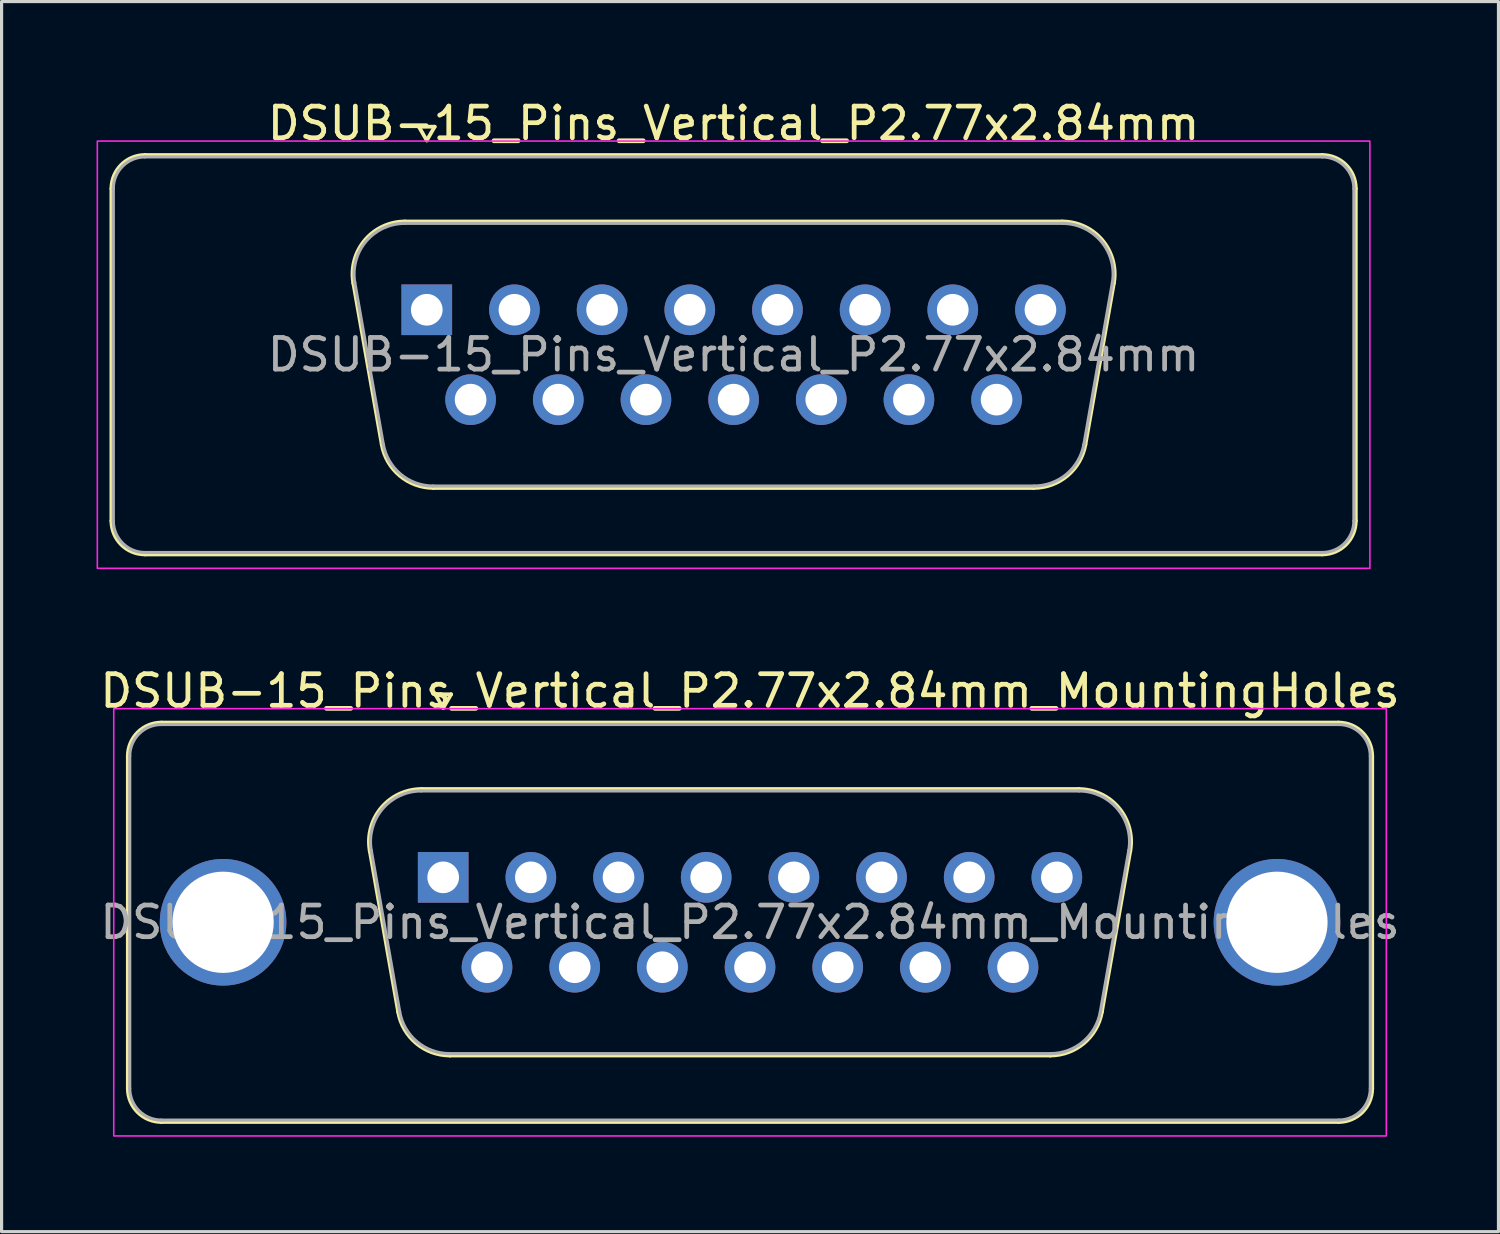
<source format=kicad_pcb>
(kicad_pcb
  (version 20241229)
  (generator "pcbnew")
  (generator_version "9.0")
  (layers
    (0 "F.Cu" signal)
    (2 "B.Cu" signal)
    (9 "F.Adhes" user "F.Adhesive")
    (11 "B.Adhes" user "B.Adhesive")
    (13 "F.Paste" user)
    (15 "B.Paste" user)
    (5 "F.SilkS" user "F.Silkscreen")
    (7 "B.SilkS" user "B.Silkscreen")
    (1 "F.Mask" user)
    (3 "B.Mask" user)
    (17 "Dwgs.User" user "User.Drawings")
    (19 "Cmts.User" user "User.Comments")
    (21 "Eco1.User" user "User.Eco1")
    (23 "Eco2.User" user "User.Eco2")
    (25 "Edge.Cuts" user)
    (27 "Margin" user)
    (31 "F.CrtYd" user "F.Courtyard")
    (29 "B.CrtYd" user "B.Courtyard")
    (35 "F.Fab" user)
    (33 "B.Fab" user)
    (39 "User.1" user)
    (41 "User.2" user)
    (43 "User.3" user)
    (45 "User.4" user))
  (footprint "DSUB-15_Pins_Vertical_P2.77x2.84mm_MountingHoles"
    (layer "F.Cu")
    (at 10.954 24.672)
    (property "Reference" "DSUB-15_Pins_Vertical_P2.77x2.84mm_MountingHoles" (at 9.695 -5.89 0) (layer "F.SilkS") (effects (font (size 1 1) (thickness 0.15))))
    (attr through_hole)
    (fp_line (start -9.965 6.67) (end -9.965 -3.83) (stroke (width 0.12) (type solid)) (layer "F.SilkS"))
    (fp_line (start -8.905 -4.89) (end 28.295 -4.89) (stroke (width 0.12) (type solid)) (layer "F.SilkS"))
    (fp_line (start -1.422 4.258) (end -2.321 -0.842) (stroke (width 0.12) (type solid)) (layer "F.SilkS"))
    (fp_line (start -0.687 -2.79) (end 20.077 -2.79) (stroke (width 0.12) (type solid)) (layer "F.SilkS"))
    (fp_line (start -0.25 -5.784) (end 0.25 -5.784) (stroke (width 0.12) (type solid)) (layer "F.SilkS"))
    (fp_line (start 0 -5.351) (end -0.25 -5.784) (stroke (width 0.12) (type solid)) (layer "F.SilkS"))
    (fp_line (start 0.25 -5.784) (end 0 -5.351) (stroke (width 0.12) (type solid)) (layer "F.SilkS"))
    (fp_line (start 19.177 5.63) (end 0.213 5.63) (stroke (width 0.12) (type solid)) (layer "F.SilkS"))
    (fp_line (start 21.711 -0.842) (end 20.812 4.258) (stroke (width 0.12) (type solid)) (layer "F.SilkS"))
    (fp_line (start 28.295 7.73) (end -8.905 7.73) (stroke (width 0.12) (type solid)) (layer "F.SilkS"))
    (fp_line (start 29.355 -3.83) (end 29.355 6.67) (stroke (width 0.12) (type solid)) (layer "F.SilkS"))
    (fp_arc (start -9.965 -3.83) (mid -9.654533 -4.579533) (end -8.905 -4.89) (stroke (width 0.12) (type solid)) (layer "F.SilkS"))
    (fp_arc (start -8.905 7.73) (mid -9.654533 7.419533) (end -9.965 6.67) (stroke (width 0.12) (type solid)) (layer "F.SilkS"))
    (fp_arc (start -2.32147 -0.841744) (mid -1.958323 -2.197027) (end -0.686689 -2.79) (stroke (width 0.12) (type solid)) (layer "F.SilkS"))
    (fp_arc (start 0.212579 5.63) (mid -0.854449 5.241634) (end -1.422202 4.258256) (stroke (width 0.12) (type solid)) (layer "F.SilkS"))
    (fp_arc (start 20.076689 -2.79) (mid 21.348323 -2.197027) (end 21.71147 -0.841744) (stroke (width 0.12) (type solid)) (layer "F.SilkS"))
    (fp_arc (start 20.812202 4.258256) (mid 20.244449 5.241634) (end 19.177421 5.63) (stroke (width 0.12) (type solid)) (layer "F.SilkS"))
    (fp_arc (start 28.295 -4.89) (mid 29.044533 -4.579533) (end 29.355 -3.83) (stroke (width 0.12) (type solid)) (layer "F.SilkS"))
    (fp_arc (start 29.355 6.67) (mid 29.044533 7.419533) (end 28.295 7.73) (stroke (width 0.12) (type solid)) (layer "F.SilkS"))
    (fp_rect (start -10.41 -5.33) (end 29.8 8.17) (stroke (width 0.05) (type solid)) (fill no) (layer "F.CrtYd"))
    (fp_line (start -9.905 6.67) (end -9.905 -3.83) (stroke (width 0.1) (type solid)) (layer "F.Fab"))
    (fp_line (start -8.905 -4.83) (end 28.295 -4.83) (stroke (width 0.1) (type solid)) (layer "F.Fab"))
    (fp_line (start -1.375 4.248) (end -2.274 -0.852) (stroke (width 0.1) (type solid)) (layer "F.Fab"))
    (fp_line (start -0.698 -2.73) (end 20.088 -2.73) (stroke (width 0.1) (type solid)) (layer "F.Fab"))
    (fp_line (start 19.189 5.57) (end 0.201 5.57) (stroke (width 0.1) (type solid)) (layer "F.Fab"))
    (fp_line (start 21.664 -0.852) (end 20.765 4.248) (stroke (width 0.1) (type solid)) (layer "F.Fab"))
    (fp_line (start 28.295 7.67) (end -8.905 7.67) (stroke (width 0.1) (type solid)) (layer "F.Fab"))
    (fp_line (start 29.295 -3.83) (end 29.295 6.67) (stroke (width 0.1) (type solid)) (layer "F.Fab"))
    (fp_arc (start -9.905 -3.83) (mid -9.612107 -4.537107) (end -8.905 -4.83) (stroke (width 0.1) (type solid)) (layer "F.Fab"))
    (fp_arc (start -8.905 7.67) (mid -9.612107 7.377107) (end -9.905 6.67) (stroke (width 0.1) (type solid)) (layer "F.Fab"))
    (fp_arc (start -2.273887 -0.852163) (mid -1.923865 -2.15846) (end -0.698194 -2.73) (stroke (width 0.1) (type solid)) (layer "F.Fab"))
    (fp_arc (start 0.201073 5.57) (mid -0.827387 5.195671) (end -1.374619 4.247837) (stroke (width 0.1) (type solid)) (layer "F.Fab"))
    (fp_arc (start 20.088194 -2.73) (mid 21.313865 -2.15846) (end 21.663887 -0.852163) (stroke (width 0.1) (type solid)) (layer "F.Fab"))
    (fp_arc (start 20.764619 4.247837) (mid 20.217387 5.195671) (end 19.188927 5.57) (stroke (width 0.1) (type solid)) (layer "F.Fab"))
    (fp_arc (start 28.295 -4.83) (mid 29.002107 -4.537107) (end 29.295 -3.83) (stroke (width 0.1) (type solid)) (layer "F.Fab"))
    (fp_arc (start 29.295 6.67) (mid 29.002107 7.377107) (end 28.295 7.67) (stroke (width 0.1) (type solid)) (layer "F.Fab"))
    (fp_text user "${REFERENCE}" (at 9.695 1.42 0) (layer "F.Fab") (effects (font (size 1 1) (thickness 0.15))))
    (pad "1" thru_hole rect (at 0 0) (size 1.6 1.6) (drill 1) (layers "*.Cu" "*.Mask"))
    (pad "2" thru_hole circle (at 2.77 0) (size 1.6 1.6) (drill 1) (layers "*.Cu" "*.Mask"))
    (pad "3" thru_hole circle (at 5.54 0) (size 1.6 1.6) (drill 1) (layers "*.Cu" "*.Mask"))
    (pad "4" thru_hole circle (at 8.31 0) (size 1.6 1.6) (drill 1) (layers "*.Cu" "*.Mask"))
    (pad "5" thru_hole circle (at 11.08 0) (size 1.6 1.6) (drill 1) (layers "*.Cu" "*.Mask"))
    (pad "6" thru_hole circle (at 13.85 0) (size 1.6 1.6) (drill 1) (layers "*.Cu" "*.Mask"))
    (pad "7" thru_hole circle (at 16.62 0) (size 1.6 1.6) (drill 1) (layers "*.Cu" "*.Mask"))
    (pad "8" thru_hole circle (at 19.39 0) (size 1.6 1.6) (drill 1) (layers "*.Cu" "*.Mask"))
    (pad "9" thru_hole circle (at 1.385 2.84) (size 1.6 1.6) (drill 1) (layers "*.Cu" "*.Mask"))
    (pad "10" thru_hole circle (at 4.155 2.84) (size 1.6 1.6) (drill 1) (layers "*.Cu" "*.Mask"))
    (pad "11" thru_hole circle (at 6.925 2.84) (size 1.6 1.6) (drill 1) (layers "*.Cu" "*.Mask"))
    (pad "12" thru_hole circle (at 9.695 2.84) (size 1.6 1.6) (drill 1) (layers "*.Cu" "*.Mask"))
    (pad "13" thru_hole circle (at 12.465 2.84) (size 1.6 1.6) (drill 1) (layers "*.Cu" "*.Mask"))
    (pad "14" thru_hole circle (at 15.235 2.84) (size 1.6 1.6) (drill 1) (layers "*.Cu" "*.Mask"))
    (pad "15" thru_hole circle (at 18.005 2.84) (size 1.6 1.6) (drill 1) (layers "*.Cu" "*.Mask"))
    (pad "SH" thru_hole circle (at -6.955 1.42) (size 4 4) (drill 3.2) (layers "*.Cu" "*.Mask"))
    (pad "SH" thru_hole circle (at 26.345 1.42) (size 4 4) (drill 3.2) (layers "*.Cu" "*.Mask")))
  (footprint "DSUB-15_Pins_Vertical_P2.77x2.84mm"
    (layer "F.Cu")
    (at 10.435 6.738)
    (property "Reference" "DSUB-15_Pins_Vertical_P2.77x2.84mm" (at 9.695 -5.89 0) (layer "F.SilkS") (effects (font (size 1 1) (thickness 0.15))))
    (attr through_hole)
    (fp_line (start -9.965 6.67) (end -9.965 -3.83) (stroke (width 0.12) (type solid)) (layer "F.SilkS"))
    (fp_line (start -8.905 -4.89) (end 28.295 -4.89) (stroke (width 0.12) (type solid)) (layer "F.SilkS"))
    (fp_line (start -1.422 4.258) (end -2.321 -0.842) (stroke (width 0.12) (type solid)) (layer "F.SilkS"))
    (fp_line (start -0.687 -2.79) (end 20.077 -2.79) (stroke (width 0.12) (type solid)) (layer "F.SilkS"))
    (fp_line (start -0.25 -5.784) (end 0.25 -5.784) (stroke (width 0.12) (type solid)) (layer "F.SilkS"))
    (fp_line (start 0 -5.351) (end -0.25 -5.784) (stroke (width 0.12) (type solid)) (layer "F.SilkS"))
    (fp_line (start 0.25 -5.784) (end 0 -5.351) (stroke (width 0.12) (type solid)) (layer "F.SilkS"))
    (fp_line (start 19.177 5.63) (end 0.213 5.63) (stroke (width 0.12) (type solid)) (layer "F.SilkS"))
    (fp_line (start 21.711 -0.842) (end 20.812 4.258) (stroke (width 0.12) (type solid)) (layer "F.SilkS"))
    (fp_line (start 28.295 7.73) (end -8.905 7.73) (stroke (width 0.12) (type solid)) (layer "F.SilkS"))
    (fp_line (start 29.355 -3.83) (end 29.355 6.67) (stroke (width 0.12) (type solid)) (layer "F.SilkS"))
    (fp_arc (start -9.965 -3.83) (mid -9.654533 -4.579533) (end -8.905 -4.89) (stroke (width 0.12) (type solid)) (layer "F.SilkS"))
    (fp_arc (start -8.905 7.73) (mid -9.654533 7.419533) (end -9.965 6.67) (stroke (width 0.12) (type solid)) (layer "F.SilkS"))
    (fp_arc (start -2.32147 -0.841744) (mid -1.958323 -2.197027) (end -0.686689 -2.79) (stroke (width 0.12) (type solid)) (layer "F.SilkS"))
    (fp_arc (start 0.212579 5.63) (mid -0.854449 5.241634) (end -1.422202 4.258256) (stroke (width 0.12) (type solid)) (layer "F.SilkS"))
    (fp_arc (start 20.076689 -2.79) (mid 21.348323 -2.197027) (end 21.71147 -0.841744) (stroke (width 0.12) (type solid)) (layer "F.SilkS"))
    (fp_arc (start 20.812202 4.258256) (mid 20.244449 5.241634) (end 19.177421 5.63) (stroke (width 0.12) (type solid)) (layer "F.SilkS"))
    (fp_arc (start 28.295 -4.89) (mid 29.044533 -4.579533) (end 29.355 -3.83) (stroke (width 0.12) (type solid)) (layer "F.SilkS"))
    (fp_arc (start 29.355 6.67) (mid 29.044533 7.419533) (end 28.295 7.73) (stroke (width 0.12) (type solid)) (layer "F.SilkS"))
    (fp_rect (start -10.41 -5.33) (end 29.8 8.17) (stroke (width 0.05) (type solid)) (fill no) (layer "F.CrtYd"))
    (fp_line (start -9.905 6.67) (end -9.905 -3.83) (stroke (width 0.1) (type solid)) (layer "F.Fab"))
    (fp_line (start -8.905 -4.83) (end 28.295 -4.83) (stroke (width 0.1) (type solid)) (layer "F.Fab"))
    (fp_line (start -1.375 4.248) (end -2.274 -0.852) (stroke (width 0.1) (type solid)) (layer "F.Fab"))
    (fp_line (start -0.698 -2.73) (end 20.088 -2.73) (stroke (width 0.1) (type solid)) (layer "F.Fab"))
    (fp_line (start 19.189 5.57) (end 0.201 5.57) (stroke (width 0.1) (type solid)) (layer "F.Fab"))
    (fp_line (start 21.664 -0.852) (end 20.765 4.248) (stroke (width 0.1) (type solid)) (layer "F.Fab"))
    (fp_line (start 28.295 7.67) (end -8.905 7.67) (stroke (width 0.1) (type solid)) (layer "F.Fab"))
    (fp_line (start 29.295 -3.83) (end 29.295 6.67) (stroke (width 0.1) (type solid)) (layer "F.Fab"))
    (fp_arc (start -9.905 -3.83) (mid -9.612107 -4.537107) (end -8.905 -4.83) (stroke (width 0.1) (type solid)) (layer "F.Fab"))
    (fp_arc (start -8.905 7.67) (mid -9.612107 7.377107) (end -9.905 6.67) (stroke (width 0.1) (type solid)) (layer "F.Fab"))
    (fp_arc (start -2.273887 -0.852163) (mid -1.923865 -2.15846) (end -0.698194 -2.73) (stroke (width 0.1) (type solid)) (layer "F.Fab"))
    (fp_arc (start 0.201073 5.57) (mid -0.827387 5.195671) (end -1.374619 4.247837) (stroke (width 0.1) (type solid)) (layer "F.Fab"))
    (fp_arc (start 20.088194 -2.73) (mid 21.313865 -2.15846) (end 21.663887 -0.852163) (stroke (width 0.1) (type solid)) (layer "F.Fab"))
    (fp_arc (start 20.764619 4.247837) (mid 20.217387 5.195671) (end 19.188927 5.57) (stroke (width 0.1) (type solid)) (layer "F.Fab"))
    (fp_arc (start 28.295 -4.83) (mid 29.002107 -4.537107) (end 29.295 -3.83) (stroke (width 0.1) (type solid)) (layer "F.Fab"))
    (fp_arc (start 29.295 6.67) (mid 29.002107 7.377107) (end 28.295 7.67) (stroke (width 0.1) (type solid)) (layer "F.Fab"))
    (fp_text user "${REFERENCE}" (at 9.695 1.42 0) (layer "F.Fab") (effects (font (size 1 1) (thickness 0.15))))
    (pad "1" thru_hole rect (at 0 0) (size 1.6 1.6) (drill 1) (layers "*.Cu" "*.Mask"))
    (pad "2" thru_hole circle (at 2.77 0) (size 1.6 1.6) (drill 1) (layers "*.Cu" "*.Mask"))
    (pad "3" thru_hole circle (at 5.54 0) (size 1.6 1.6) (drill 1) (layers "*.Cu" "*.Mask"))
    (pad "4" thru_hole circle (at 8.31 0) (size 1.6 1.6) (drill 1) (layers "*.Cu" "*.Mask"))
    (pad "5" thru_hole circle (at 11.08 0) (size 1.6 1.6) (drill 1) (layers "*.Cu" "*.Mask"))
    (pad "6" thru_hole circle (at 13.85 0) (size 1.6 1.6) (drill 1) (layers "*.Cu" "*.Mask"))
    (pad "7" thru_hole circle (at 16.62 0) (size 1.6 1.6) (drill 1) (layers "*.Cu" "*.Mask"))
    (pad "8" thru_hole circle (at 19.39 0) (size 1.6 1.6) (drill 1) (layers "*.Cu" "*.Mask"))
    (pad "9" thru_hole circle (at 1.385 2.84) (size 1.6 1.6) (drill 1) (layers "*.Cu" "*.Mask"))
    (pad "10" thru_hole circle (at 4.155 2.84) (size 1.6 1.6) (drill 1) (layers "*.Cu" "*.Mask"))
    (pad "11" thru_hole circle (at 6.925 2.84) (size 1.6 1.6) (drill 1) (layers "*.Cu" "*.Mask"))
    (pad "12" thru_hole circle (at 9.695 2.84) (size 1.6 1.6) (drill 1) (layers "*.Cu" "*.Mask"))
    (pad "13" thru_hole circle (at 12.465 2.84) (size 1.6 1.6) (drill 1) (layers "*.Cu" "*.Mask"))
    (pad "14" thru_hole circle (at 15.235 2.84) (size 1.6 1.6) (drill 1) (layers "*.Cu" "*.Mask"))
    (pad "15" thru_hole circle (at 18.005 2.84) (size 1.6 1.6) (drill 1) (layers "*.Cu" "*.Mask")))
  (gr_rect
    (start -3 -3)
    (end 44.298 35.867)
    (stroke (width 0.1) (type default))
    (fill no)
    (layer "Edge.Cuts")))
</source>
